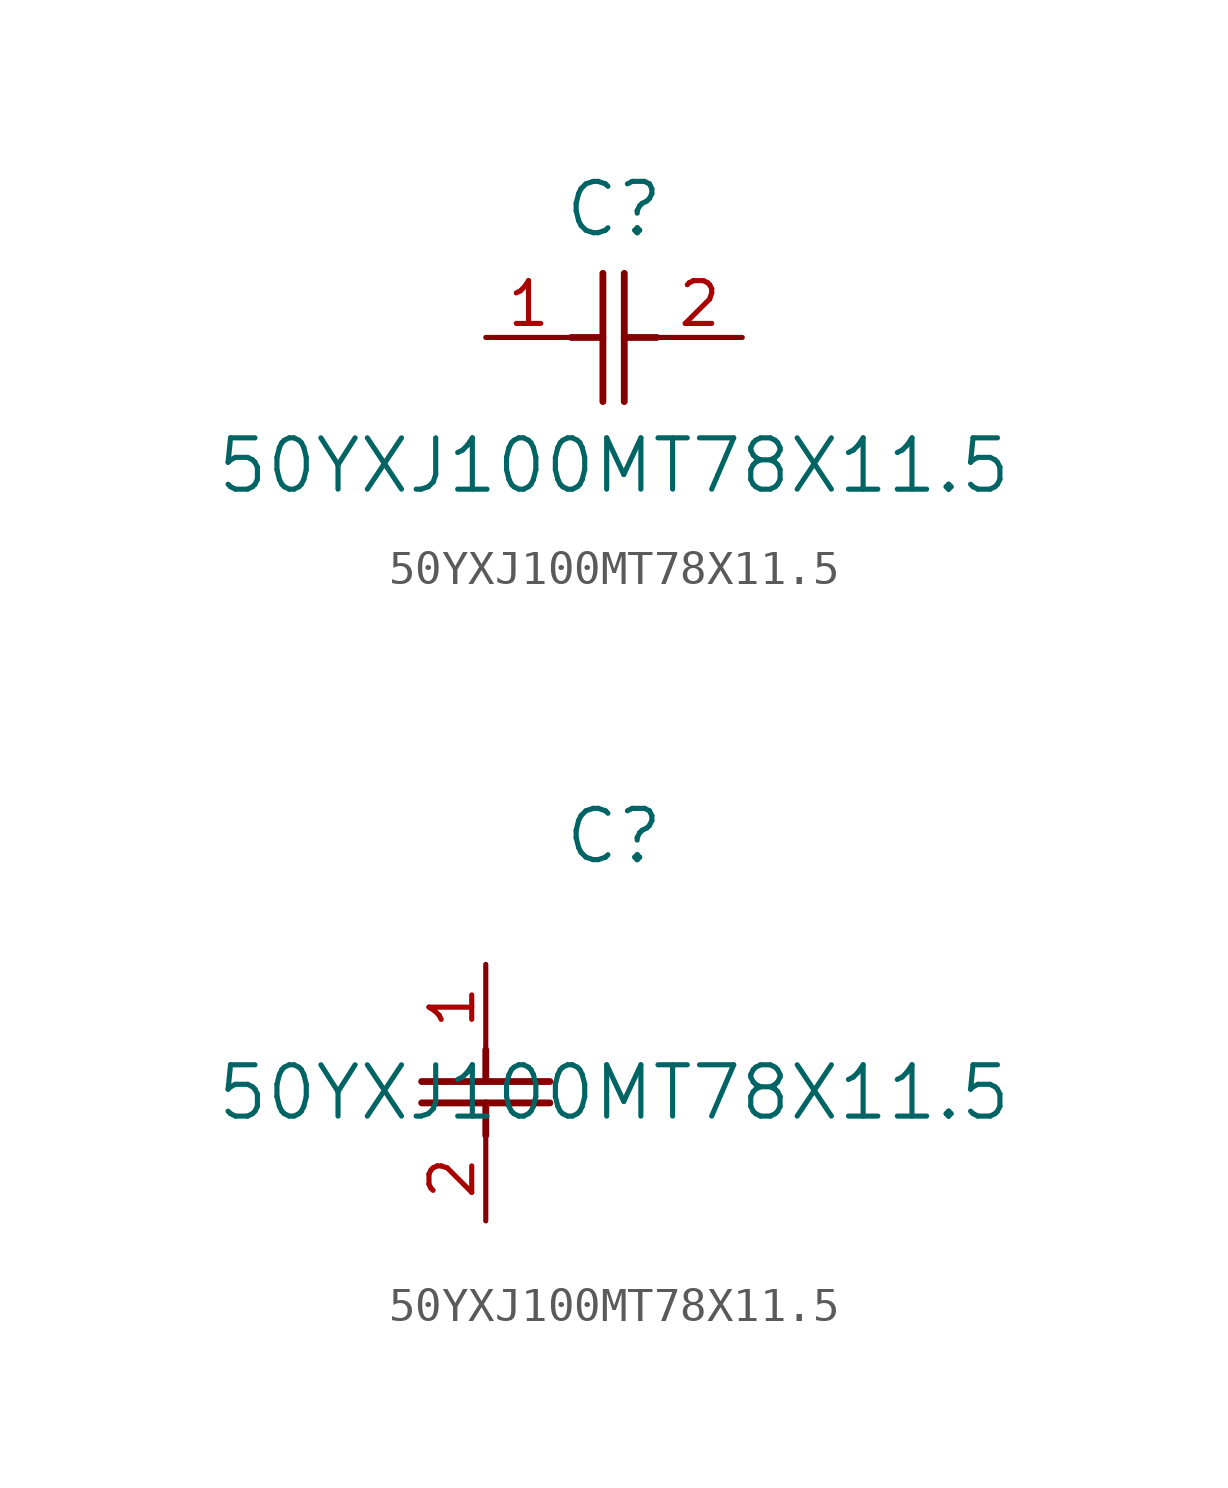
<source format=kicad_sym>
(kicad_symbol_lib
  (version 20211014)
  (generator kicad_symbol_editor)
  (symbol "50YXJ100MT78X11.5"
    (pin_names
      (offset 0.254))
    (property "Reference" "C"
      (at 3.81 3.81 0)
      (effects (font (size 1.524 1.524))))
    (property "Value" "50YXJ100MT78X11.5"
      (at 3.81 -3.81 0)
      (effects (font (size 1.524 1.524))))
    (symbol "50YXJ100MT78X11.5_1_1"
      (polyline (pts (xy 3.48 -1.905) (xy 3.48 1.905)) (stroke (width 0.203) (type default) (color 0 0 0 0)) (fill (type none)))
      (polyline (pts (xy 4.115 -1.905) (xy 4.115 1.905)) (stroke (width 0.203) (type default) (color 0 0 0 0)) (fill (type none)))
      (polyline (pts (xy 4.115 0) (xy 5.08 0)) (stroke (width 0.203) (type default) (color 0 0 0 0)) (fill (type none)))
      (polyline (pts (xy 2.54 0) (xy 3.48 0)) (stroke (width 0.203) (type default) (color 0 0 0 0)) (fill (type none)))
      (pin unspecified line (at 0 0 0) (length 2.54) (name "" (effects (font (size 1.27 1.27)))) (number "1" (effects (font (size 1.27 1.27)))))
      (pin unspecified line (at 7.62 0 180) (length 2.54) (name "" (effects (font (size 1.27 1.27)))) (number "2" (effects (font (size 1.27 1.27))))))
    (symbol "50YXJ100MT78X11.5_1_2"
      (polyline (pts (xy -1.905 -3.48) (xy 1.905 -3.48)) (stroke (width 0.203) (type default) (color 0 0 0 0)) (fill (type none)))
      (polyline (pts (xy -1.905 -4.115) (xy 1.905 -4.115)) (stroke (width 0.203) (type default) (color 0 0 0 0)) (fill (type none)))
      (polyline (pts (xy 0 -4.115) (xy 0 -5.08)) (stroke (width 0.203) (type default) (color 0 0 0 0)) (fill (type none)))
      (polyline (pts (xy 0 -2.54) (xy 0 -3.48)) (stroke (width 0.203) (type default) (color 0 0 0 0)) (fill (type none)))
      (pin unspecified line (at 0 0 270) (length 2.54) (name "" (effects (font (size 1.27 1.27)))) (number "1" (effects (font (size 1.27 1.27)))))
      (pin unspecified line (at 0 -7.62 90) (length 2.54) (name "" (effects (font (size 1.27 1.27)))) (number "2" (effects (font (size 1.27 1.27))))))))
</source>
